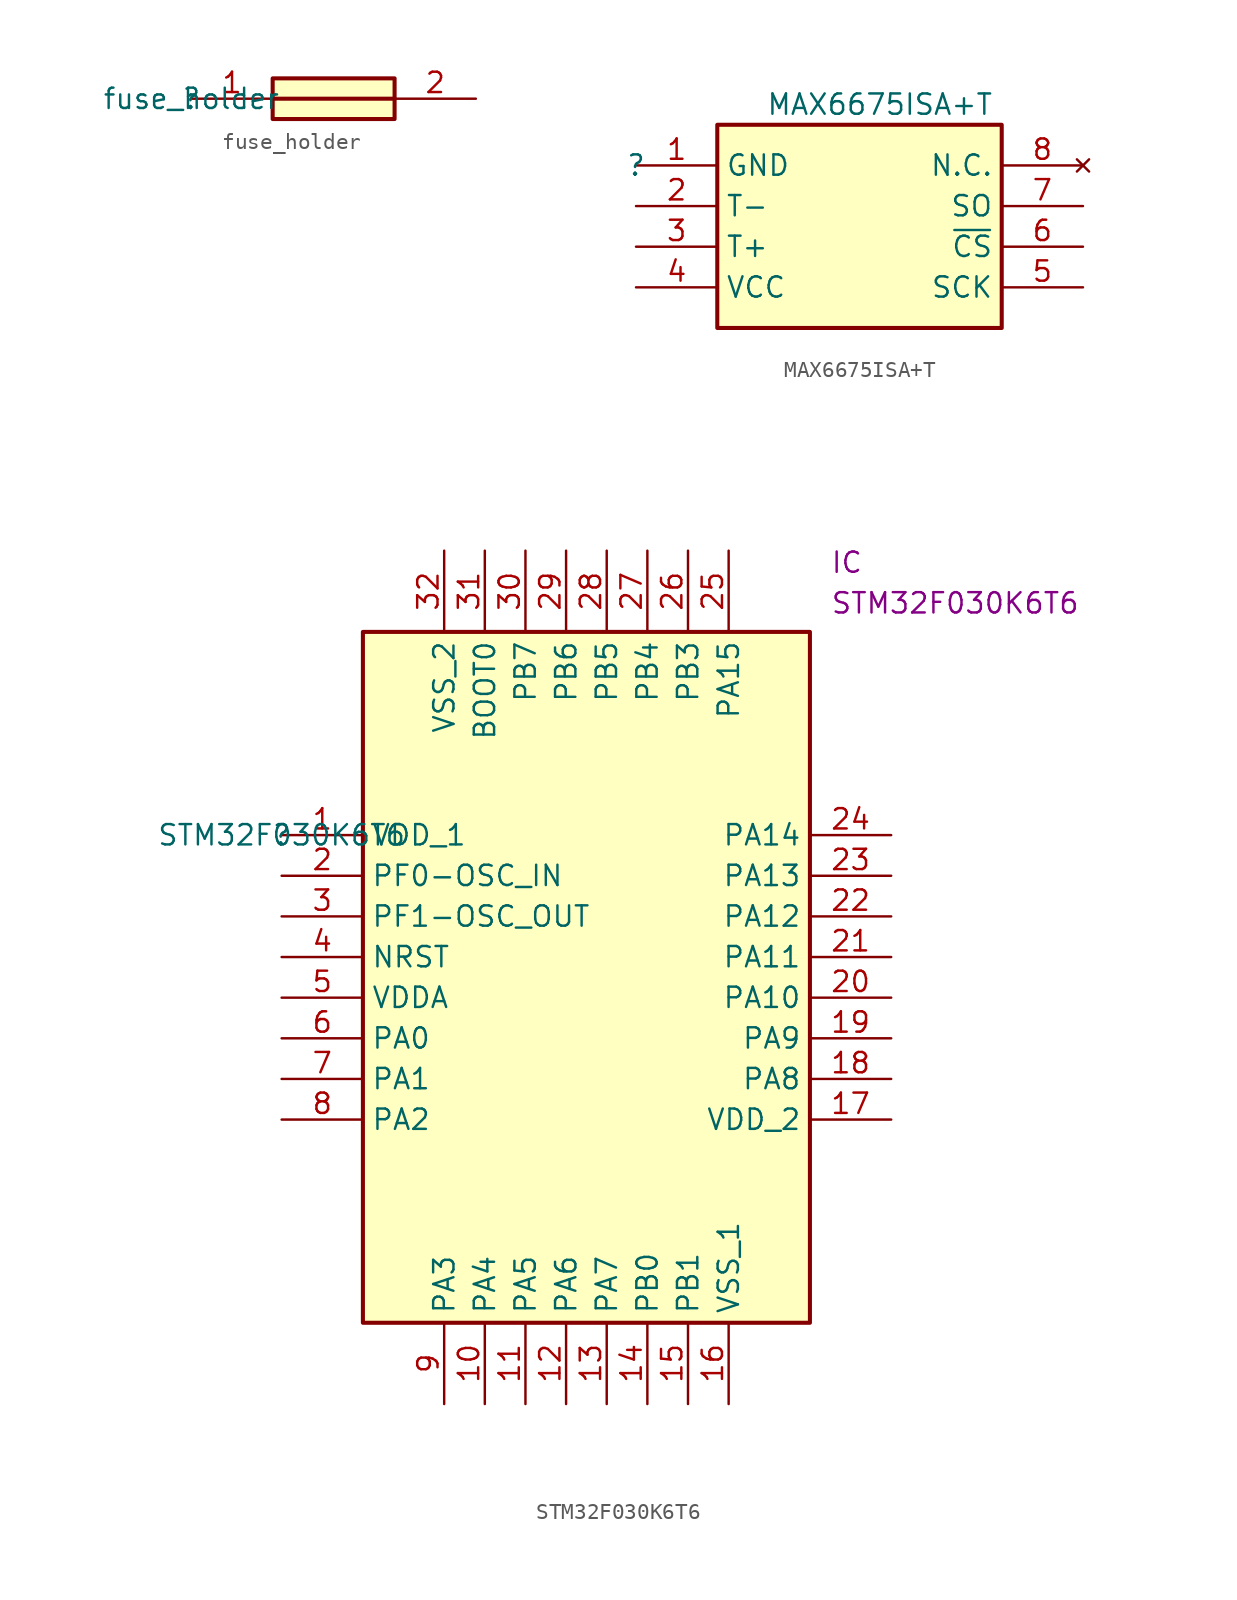
<source format=kicad_sym>
(kicad_symbol_lib
  (version 20211014)
  (generator kicad_symbol_editor)
  (symbol "fuse_holder"
    (pin_names hide)
    (property "Reference" ""
      (at 0 0 0)
      (effects (font (size 1.27 1.27))))
    (property "Value" "fuse_holder"
      (at 0 0 0)
      (effects (font (size 1.27 1.27))))
    (symbol "fuse_holder_1_1"
      (polyline (pts (xy 5.08 0) (xy 12.7 0)) (stroke (width 0.254) (type default) (color 0 0 0 0)) (fill (type none)))
      (rectangle (start 5.08 1.27) (end 12.7 -1.27) (stroke (width 0.254) (type default) (color 0 0 0 0)) (fill (type background)))
      (pin passive line (at 0 0 0) (length 5.08) (name "1" (effects (font (size 1.27 1.27)))) (number "1" (effects (font (size 1.27 1.27)))))
      (pin passive line (at 17.78 0 180) (length 5.08) (name "2" (effects (font (size 1.27 1.27)))) (number "2" (effects (font (size 1.27 1.27)))))))
  (symbol "MAX6675ISA+T"
    (property "Reference" ""
      (at 0 0 0)
      (effects (font (size 1.27 1.27))))
    (property "Value" "MAX6675ISA+T"
      (at 15.24 3.81 0)
      (effects (font (size 1.27 1.27))))
    (symbol "MAX6675ISA+T_1_1"
      (rectangle (start 5.08 2.54) (end 22.86 -10.16) (stroke (width 0.254) (type default) (color 0 0 0 0)) (fill (type background)))
      (pin passive line (at 0 0 0) (length 5.08) (name "GND" (effects (font (size 1.27 1.27)))) (number "1" (effects (font (size 1.27 1.27)))))
      (pin passive line (at 0 -2.54 0) (length 5.08) (name "T-" (effects (font (size 1.27 1.27)))) (number "2" (effects (font (size 1.27 1.27)))))
      (pin passive line (at 0 -5.08 0) (length 5.08) (name "T+" (effects (font (size 1.27 1.27)))) (number "3" (effects (font (size 1.27 1.27)))))
      (pin passive line (at 0 -7.62 0) (length 5.08) (name "VCC" (effects (font (size 1.27 1.27)))) (number "4" (effects (font (size 1.27 1.27)))))
      (pin passive line (at 27.94 -7.62 180) (length 5.08) (name "SCK" (effects (font (size 1.27 1.27)))) (number "5" (effects (font (size 1.27 1.27)))))
      (pin passive line (at 27.94 -5.08 180) (length 5.08) (name "~{CS}" (effects (font (size 1.27 1.27)))) (number "6" (effects (font (size 1.27 1.27)))))
      (pin passive line (at 27.94 -2.54 180) (length 5.08) (name "SO" (effects (font (size 1.27 1.27)))) (number "7" (effects (font (size 1.27 1.27)))))
      (pin no_connect line (at 27.94 0 180) (length 5.08) (name "N.C." (effects (font (size 1.27 1.27)))) (number "8" (effects (font (size 1.27 1.27)))))))
  (symbol "STM32F030K6T6"
    (property "Reference" ""
      (at 0 0 0)
      (effects (font (size 1.27 1.27))))
    (property "Value" "STM32F030K6T6"
      (at 0 0 0)
      (effects (font (size 1.27 1.27))))
    (property "Reference_1" "IC"
      (at 34.29 17.78 0)
      (effects (font (size 1.27 1.27)) (justify left top)))
    (property "Value_1" "STM32F030K6T6"
      (at 34.29 15.24 0)
      (effects (font (size 1.27 1.27)) (justify left top)))
    (symbol "STM32F030K6T6_1_1"
      (rectangle (start 5.08 12.7) (end 33.02 -30.48) (stroke (width 0.254) (type default) (color 0 0 0 0)) (fill (type background)))
      (pin passive line (at 0 0 0) (length 5.08) (name "VDD_1" (effects (font (size 1.27 1.27)))) (number "1" (effects (font (size 1.27 1.27)))))
      (pin passive line (at 12.7 -35.56 90) (length 5.08) (name "PA4" (effects (font (size 1.27 1.27)))) (number "10" (effects (font (size 1.27 1.27)))))
      (pin passive line (at 15.24 -35.56 90) (length 5.08) (name "PA5" (effects (font (size 1.27 1.27)))) (number "11" (effects (font (size 1.27 1.27)))))
      (pin passive line (at 17.78 -35.56 90) (length 5.08) (name "PA6" (effects (font (size 1.27 1.27)))) (number "12" (effects (font (size 1.27 1.27)))))
      (pin passive line (at 20.32 -35.56 90) (length 5.08) (name "PA7" (effects (font (size 1.27 1.27)))) (number "13" (effects (font (size 1.27 1.27)))))
      (pin passive line (at 22.86 -35.56 90) (length 5.08) (name "PB0" (effects (font (size 1.27 1.27)))) (number "14" (effects (font (size 1.27 1.27)))))
      (pin passive line (at 25.4 -35.56 90) (length 5.08) (name "PB1" (effects (font (size 1.27 1.27)))) (number "15" (effects (font (size 1.27 1.27)))))
      (pin passive line (at 27.94 -35.56 90) (length 5.08) (name "VSS_1" (effects (font (size 1.27 1.27)))) (number "16" (effects (font (size 1.27 1.27)))))
      (pin passive line (at 38.1 -17.78 180) (length 5.08) (name "VDD_2" (effects (font (size 1.27 1.27)))) (number "17" (effects (font (size 1.27 1.27)))))
      (pin passive line (at 38.1 -15.24 180) (length 5.08) (name "PA8" (effects (font (size 1.27 1.27)))) (number "18" (effects (font (size 1.27 1.27)))))
      (pin passive line (at 38.1 -12.7 180) (length 5.08) (name "PA9" (effects (font (size 1.27 1.27)))) (number "19" (effects (font (size 1.27 1.27)))))
      (pin passive line (at 0 -2.54 0) (length 5.08) (name "PF0-OSC_IN" (effects (font (size 1.27 1.27)))) (number "2" (effects (font (size 1.27 1.27)))))
      (pin passive line (at 38.1 -10.16 180) (length 5.08) (name "PA10" (effects (font (size 1.27 1.27)))) (number "20" (effects (font (size 1.27 1.27)))))
      (pin passive line (at 38.1 -7.62 180) (length 5.08) (name "PA11" (effects (font (size 1.27 1.27)))) (number "21" (effects (font (size 1.27 1.27)))))
      (pin passive line (at 38.1 -5.08 180) (length 5.08) (name "PA12" (effects (font (size 1.27 1.27)))) (number "22" (effects (font (size 1.27 1.27)))))
      (pin passive line (at 38.1 -2.54 180) (length 5.08) (name "PA13" (effects (font (size 1.27 1.27)))) (number "23" (effects (font (size 1.27 1.27)))))
      (pin passive line (at 38.1 0 180) (length 5.08) (name "PA14" (effects (font (size 1.27 1.27)))) (number "24" (effects (font (size 1.27 1.27)))))
      (pin passive line (at 27.94 17.78 270) (length 5.08) (name "PA15" (effects (font (size 1.27 1.27)))) (number "25" (effects (font (size 1.27 1.27)))))
      (pin passive line (at 25.4 17.78 270) (length 5.08) (name "PB3" (effects (font (size 1.27 1.27)))) (number "26" (effects (font (size 1.27 1.27)))))
      (pin passive line (at 22.86 17.78 270) (length 5.08) (name "PB4" (effects (font (size 1.27 1.27)))) (number "27" (effects (font (size 1.27 1.27)))))
      (pin passive line (at 20.32 17.78 270) (length 5.08) (name "PB5" (effects (font (size 1.27 1.27)))) (number "28" (effects (font (size 1.27 1.27)))))
      (pin passive line (at 17.78 17.78 270) (length 5.08) (name "PB6" (effects (font (size 1.27 1.27)))) (number "29" (effects (font (size 1.27 1.27)))))
      (pin passive line (at 0 -5.08 0) (length 5.08) (name "PF1-OSC_OUT" (effects (font (size 1.27 1.27)))) (number "3" (effects (font (size 1.27 1.27)))))
      (pin passive line (at 15.24 17.78 270) (length 5.08) (name "PB7" (effects (font (size 1.27 1.27)))) (number "30" (effects (font (size 1.27 1.27)))))
      (pin passive line (at 12.7 17.78 270) (length 5.08) (name "BOOT0" (effects (font (size 1.27 1.27)))) (number "31" (effects (font (size 1.27 1.27)))))
      (pin passive line (at 10.16 17.78 270) (length 5.08) (name "VSS_2" (effects (font (size 1.27 1.27)))) (number "32" (effects (font (size 1.27 1.27)))))
      (pin passive line (at 0 -7.62 0) (length 5.08) (name "NRST" (effects (font (size 1.27 1.27)))) (number "4" (effects (font (size 1.27 1.27)))))
      (pin passive line (at 0 -10.16 0) (length 5.08) (name "VDDA" (effects (font (size 1.27 1.27)))) (number "5" (effects (font (size 1.27 1.27)))))
      (pin passive line (at 0 -12.7 0) (length 5.08) (name "PA0" (effects (font (size 1.27 1.27)))) (number "6" (effects (font (size 1.27 1.27)))))
      (pin passive line (at 0 -15.24 0) (length 5.08) (name "PA1" (effects (font (size 1.27 1.27)))) (number "7" (effects (font (size 1.27 1.27)))))
      (pin passive line (at 0 -17.78 0) (length 5.08) (name "PA2" (effects (font (size 1.27 1.27)))) (number "8" (effects (font (size 1.27 1.27)))))
      (pin passive line (at 10.16 -35.56 90) (length 5.08) (name "PA3" (effects (font (size 1.27 1.27)))) (number "9" (effects (font (size 1.27 1.27))))))))
</source>
